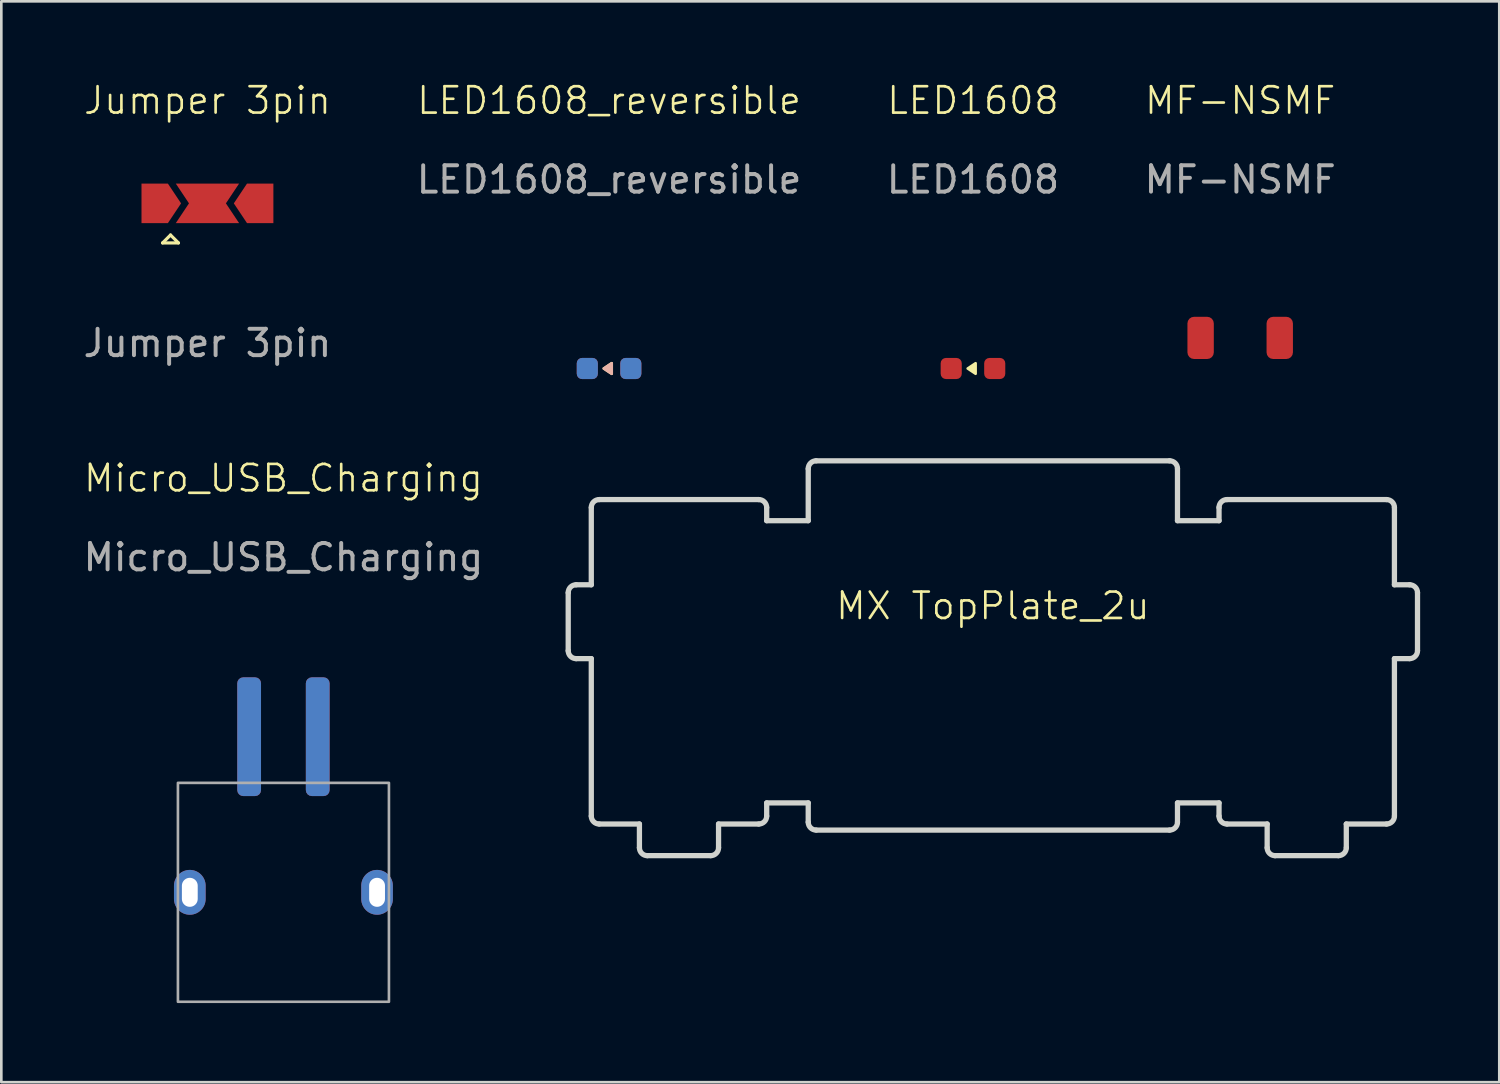
<source format=kicad_pcb>
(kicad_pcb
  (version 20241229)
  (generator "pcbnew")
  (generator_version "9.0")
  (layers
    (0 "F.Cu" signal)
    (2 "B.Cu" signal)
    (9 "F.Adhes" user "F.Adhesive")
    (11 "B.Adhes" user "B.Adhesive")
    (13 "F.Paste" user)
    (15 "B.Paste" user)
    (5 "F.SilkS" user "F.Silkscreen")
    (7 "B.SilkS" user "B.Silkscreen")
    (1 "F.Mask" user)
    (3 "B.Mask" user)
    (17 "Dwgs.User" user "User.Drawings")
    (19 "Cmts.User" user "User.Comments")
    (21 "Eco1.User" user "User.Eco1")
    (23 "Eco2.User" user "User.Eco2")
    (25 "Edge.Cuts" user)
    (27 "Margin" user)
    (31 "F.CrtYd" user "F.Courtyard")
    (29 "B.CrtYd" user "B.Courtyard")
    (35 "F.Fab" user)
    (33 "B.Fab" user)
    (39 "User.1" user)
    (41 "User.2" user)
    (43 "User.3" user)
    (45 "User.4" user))
  (footprint "LED1608"
    (layer "F.Cu")
    (at 33.839 10.921)
    (property "Reference" "LED1608" (at 0 -10.16 0) (unlocked yes) (layer "F.SilkS") (effects (font (size 1 1) (thickness 0.1))))
    (attr smd)
    (fp_poly (pts (xy 0.1 -0.2) (xy 0.1 0.2) (xy -0.2 0)) (stroke (width 0.1) (type solid)) (fill yes) (layer "F.SilkS"))
    (fp_text user "${REFERENCE}" (at 0 -7.16 0) (unlocked yes) (layer "F.Fab") (effects (font (size 1 1) (thickness 0.15))))
    (pad "1" smd roundrect (at -0.825 0) (size 0.8 0.8) (layers "F.Cu" "F.Mask" "F.Paste") (roundrect_rratio 0.25))
    (pad "2" smd roundrect (at 0.825 0) (size 0.8 0.8) (layers "F.Cu" "F.Mask" "F.Paste") (roundrect_rratio 0.25)))
  (footprint "LED1608_reversible"
    (layer "F.Cu")
    (at 20.042 10.921)
    (property "Reference" "LED1608_reversible" (at 0 -10.16 0) (unlocked yes) (layer "F.SilkS") (effects (font (size 1 1) (thickness 0.1))))
    (attr smd)
    (fp_poly (pts (xy 0.1 -0.2) (xy 0.1 0.2) (xy -0.2 0)) (stroke (width 0.1) (type solid)) (fill yes) (layer "F.SilkS"))
    (fp_poly (pts (xy 0.1 -0.2) (xy 0.1 0.2) (xy -0.2 0)) (stroke (width 0.1) (type solid)) (fill yes) (layer "B.SilkS"))
    (fp_text user "${REFERENCE}" (at 0 -7.16 0) (unlocked yes) (layer "F.Fab") (effects (font (size 1 1) (thickness 0.15))))
    (pad "1" smd roundrect (at -0.825 0) (size 0.8 0.8) (layers "F.Cu" "F.Mask" "F.Paste") (roundrect_rratio 0.25))
    (pad "1" smd roundrect (at -0.825 0) (size 0.8 0.8) (layers "B.Cu" "B.Mask" "B.Paste") (roundrect_rratio 0.25))
    (pad "2" smd roundrect (at 0.825 0) (size 0.8 0.8) (layers "F.Cu" "F.Mask" "F.Paste") (roundrect_rratio 0.25))
    (pad "2" smd roundrect (at 0.825 0) (size 0.8 0.8) (layers "B.Cu" "B.Mask" "B.Paste") (roundrect_rratio 0.25)))
  (footprint "MX TopPlate_2u"
    (layer "F.Cu")
    (at 34.593 21.421)
    (property "Reference" "MX TopPlate_2u" (at 0 -1.5 0) (unlocked yes) (layer "F.SilkS") (effects (font (size 1 1) (thickness 0.1))))
    (fp_line (start -16.1 0.2) (end -16.1 -2) (stroke (width 0.2) (type solid)) (layer "Edge.Cuts"))
    (fp_line (start -15.8 -2.3) (end -15.225 -2.3) (stroke (width 0.2) (type solid)) (layer "Edge.Cuts"))
    (fp_line (start -15.225 -2.3) (end -15.225 -5.23) (stroke (width 0.2) (type solid)) (layer "Edge.Cuts"))
    (fp_line (start -15.225 0.5) (end -15.8 0.5) (stroke (width 0.2) (type solid)) (layer "Edge.Cuts"))
    (fp_line (start -15.225 6.47) (end -15.225 0.5) (stroke (width 0.2) (type solid)) (layer "Edge.Cuts"))
    (fp_line (start -14.925 -5.53) (end -8.875 -5.53) (stroke (width 0.2) (type solid)) (layer "Edge.Cuts"))
    (fp_line (start -13.4 6.77) (end -14.925 6.77) (stroke (width 0.2) (type solid)) (layer "Edge.Cuts"))
    (fp_line (start -13.4 7.67) (end -13.4 6.77) (stroke (width 0.2) (type solid)) (layer "Edge.Cuts"))
    (fp_line (start -10.7 7.97) (end -13.1 7.97) (stroke (width 0.2) (type solid)) (layer "Edge.Cuts"))
    (fp_line (start -10.4 6.77) (end -10.4 7.67) (stroke (width 0.2) (type solid)) (layer "Edge.Cuts"))
    (fp_line (start -8.875 6.77) (end -10.4 6.77) (stroke (width 0.2) (type solid)) (layer "Edge.Cuts"))
    (fp_line (start -8.575 -5.23) (end -8.575 -4.73) (stroke (width 0.2) (type solid)) (layer "Edge.Cuts"))
    (fp_line (start -8.575 -4.73) (end -7 -4.73) (stroke (width 0.2) (type solid)) (layer "Edge.Cuts"))
    (fp_line (start -8.575 5.97) (end -8.575 6.47) (stroke (width 0.2) (type solid)) (layer "Edge.Cuts"))
    (fp_line (start -7 -4.73) (end -7 -6.7) (stroke (width 0.2) (type solid)) (layer "Edge.Cuts"))
    (fp_line (start -7 5.97) (end -8.575 5.97) (stroke (width 0.2) (type solid)) (layer "Edge.Cuts"))
    (fp_line (start -7 6.7) (end -7 5.97) (stroke (width 0.2) (type solid)) (layer "Edge.Cuts"))
    (fp_line (start -6.7 -7) (end 6.7 -7) (stroke (width 0.2) (type solid)) (layer "Edge.Cuts"))
    (fp_line (start 6.7 7) (end -6.7 7) (stroke (width 0.2) (type solid)) (layer "Edge.Cuts"))
    (fp_line (start 7 -6.7) (end 7 -4.73) (stroke (width 0.2) (type solid)) (layer "Edge.Cuts"))
    (fp_line (start 7 -4.73) (end 8.575 -4.73) (stroke (width 0.2) (type solid)) (layer "Edge.Cuts"))
    (fp_line (start 7 5.97) (end 7 6.7) (stroke (width 0.2) (type solid)) (layer "Edge.Cuts"))
    (fp_line (start 8.575 -4.73) (end 8.575 -5.23) (stroke (width 0.2) (type solid)) (layer "Edge.Cuts"))
    (fp_line (start 8.575 5.97) (end 7 5.97) (stroke (width 0.2) (type solid)) (layer "Edge.Cuts"))
    (fp_line (start 8.575 6.47) (end 8.575 5.97) (stroke (width 0.2) (type solid)) (layer "Edge.Cuts"))
    (fp_line (start 8.875 -5.53) (end 14.925 -5.53) (stroke (width 0.2) (type solid)) (layer "Edge.Cuts"))
    (fp_line (start 10.4 6.77) (end 8.875 6.77) (stroke (width 0.2) (type solid)) (layer "Edge.Cuts"))
    (fp_line (start 10.4 7.67) (end 10.4 6.77) (stroke (width 0.2) (type solid)) (layer "Edge.Cuts"))
    (fp_line (start 13.1 7.97) (end 10.7 7.97) (stroke (width 0.2) (type solid)) (layer "Edge.Cuts"))
    (fp_line (start 13.4 6.77) (end 13.4 7.67) (stroke (width 0.2) (type solid)) (layer "Edge.Cuts"))
    (fp_line (start 14.925 6.77) (end 13.4 6.77) (stroke (width 0.2) (type solid)) (layer "Edge.Cuts"))
    (fp_line (start 15.225 -5.23) (end 15.225 -2.3) (stroke (width 0.2) (type solid)) (layer "Edge.Cuts"))
    (fp_line (start 15.225 -2.3) (end 15.8 -2.3) (stroke (width 0.2) (type solid)) (layer "Edge.Cuts"))
    (fp_line (start 15.225 0.5) (end 15.225 6.47) (stroke (width 0.2) (type solid)) (layer "Edge.Cuts"))
    (fp_line (start 15.8 0.5) (end 15.225 0.5) (stroke (width 0.2) (type solid)) (layer "Edge.Cuts"))
    (fp_line (start 16.1 -2) (end 16.1 0.2) (stroke (width 0.2) (type solid)) (layer "Edge.Cuts"))
    (fp_arc (start -16.1 -2) (mid -16.012132 -2.212132) (end -15.8 -2.3) (stroke (width 0.2) (type solid)) (layer "Edge.Cuts"))
    (fp_arc (start -15.8 0.5) (mid -16.012132 0.412132) (end -16.1 0.2) (stroke (width 0.2) (type solid)) (layer "Edge.Cuts"))
    (fp_arc (start -15.225 -5.23) (mid -15.137132 -5.442132) (end -14.925 -5.53) (stroke (width 0.2) (type solid)) (layer "Edge.Cuts"))
    (fp_arc (start -14.925 6.77) (mid -15.137132 6.682132) (end -15.225 6.47) (stroke (width 0.2) (type solid)) (layer "Edge.Cuts"))
    (fp_arc (start -13.1 7.97) (mid -13.312132 7.882132) (end -13.4 7.67) (stroke (width 0.2) (type solid)) (layer "Edge.Cuts"))
    (fp_arc (start -10.4 7.67) (mid -10.487868 7.882132) (end -10.7 7.97) (stroke (width 0.2) (type solid)) (layer "Edge.Cuts"))
    (fp_arc (start -8.875 -5.53) (mid -8.662868 -5.442132) (end -8.575 -5.23) (stroke (width 0.2) (type solid)) (layer "Edge.Cuts"))
    (fp_arc (start -8.575 6.47) (mid -8.662868 6.682132) (end -8.875 6.77) (stroke (width 0.2) (type solid)) (layer "Edge.Cuts"))
    (fp_arc (start -7 -6.7) (mid -6.912132 -6.912132) (end -6.7 -7) (stroke (width 0.2) (type solid)) (layer "Edge.Cuts"))
    (fp_arc (start -6.7 7) (mid -6.912132 6.912132) (end -7 6.7) (stroke (width 0.2) (type solid)) (layer "Edge.Cuts"))
    (fp_arc (start 6.7 -7) (mid 6.912132 -6.912132) (end 7 -6.7) (stroke (width 0.2) (type solid)) (layer "Edge.Cuts"))
    (fp_arc (start 7 6.7) (mid 6.912132 6.912132) (end 6.7 7) (stroke (width 0.2) (type solid)) (layer "Edge.Cuts"))
    (fp_arc (start 8.575 -5.23) (mid 8.662868 -5.442132) (end 8.875 -5.53) (stroke (width 0.2) (type solid)) (layer "Edge.Cuts"))
    (fp_arc (start 8.875 6.77) (mid 8.662868 6.682132) (end 8.575 6.47) (stroke (width 0.2) (type solid)) (layer "Edge.Cuts"))
    (fp_arc (start 10.7 7.97) (mid 10.487868 7.882132) (end 10.4 7.67) (stroke (width 0.2) (type solid)) (layer "Edge.Cuts"))
    (fp_arc (start 13.4 7.67) (mid 13.312132 7.882132) (end 13.1 7.97) (stroke (width 0.2) (type solid)) (layer "Edge.Cuts"))
    (fp_arc (start 14.925 -5.53) (mid 15.137132 -5.442132) (end 15.225 -5.23) (stroke (width 0.2) (type solid)) (layer "Edge.Cuts"))
    (fp_arc (start 15.225 6.47) (mid 15.137132 6.682132) (end 14.925 6.77) (stroke (width 0.2) (type solid)) (layer "Edge.Cuts"))
    (fp_arc (start 15.8 -2.3) (mid 16.012132 -2.212132) (end 16.1 -2) (stroke (width 0.2) (type solid)) (layer "Edge.Cuts"))
    (fp_arc (start 16.1 0.2) (mid 16.012132 0.412132) (end 15.8 0.5) (stroke (width 0.2) (type solid)) (layer "Edge.Cuts")))
  (footprint "Micro_USB_Charging"
    (layer "F.Cu")
    (at 7.696 30.781)
    (property "Reference" "Micro_USB_Charging" (at 0 -15.7 0) (unlocked yes) (layer "F.SilkS") (effects (font (size 1 1) (thickness 0.1))))
    (attr through_hole)
    (fp_rect (start -4 4.15) (end 4 -4.15) (stroke (width 0.1) (type default)) (fill no) (layer "F.Fab"))
    (fp_text user "${REFERENCE}" (at 0 -12.7 0) (unlocked yes) (layer "F.Fab") (effects (font (size 1 1) (thickness 0.15))))
    (pad "" thru_hole oval (at -3.55 0) (size 1.2 1.7) (drill oval 0.6 1.1) (layers "*.Cu" "*.Mask"))
    (pad "" thru_hole oval (at 3.55 0) (size 1.2 1.7) (drill oval 0.6 1.1) (layers "*.Cu" "*.Mask"))
    (pad "1" smd roundrect (at -1.3 -5.9) (size 0.9 4.5) (layers "F.Cu" "F.Mask" "F.Paste") (roundrect_rratio 0.25))
    (pad "1" smd roundrect (at 1.3 -5.9) (size 0.9 4.5) (layers "B.Cu" "B.Mask" "B.Paste") (roundrect_rratio 0.25))
    (pad "2" smd roundrect (at -1.3 -5.9) (size 0.9 4.5) (layers "B.Cu" "B.Mask" "B.Paste") (roundrect_rratio 0.25))
    (pad "2" smd roundrect (at 1.3 -5.9) (size 0.9 4.5) (layers "F.Cu" "F.Mask" "F.Paste") (roundrect_rratio 0.25)))
  (footprint "MF-NSMF"
    (layer "F.Cu")
    (at 43.97 9.761)
    (property "Reference" "MF-NSMF" (at 0 -9 0) (unlocked yes) (layer "F.SilkS") (effects (font (size 1 1) (thickness 0.1))))
    (attr smd)
    (fp_text user "${REFERENCE}" (at 0 -6 0) (unlocked yes) (layer "F.Fab") (effects (font (size 1 1) (thickness 0.15))))
    (pad "1" smd roundrect (at -1.5 0) (size 1 1.6) (layers "F.Cu" "F.Mask" "F.Paste") (roundrect_rratio 0.25))
    (pad "2" smd roundrect (at 1.5 0) (size 1 1.6) (layers "F.Cu" "F.Mask" "F.Paste") (roundrect_rratio 0.25)))
  (footprint "Jumper 3pin"
    (layer "F.Cu")
    (at 4.815 4.66)
    (property "Reference" "Jumper 3pin" (at 0 -3.9 0) (unlocked yes) (layer "F.SilkS") (effects (font (size 1 1) (thickness 0.1))))
    (attr smd)
    (fp_line (start -1.7 1.5) (end -1.1 1.5) (stroke (width 0.12) (type solid)) (layer "F.SilkS"))
    (fp_line (start -1.4 1.2) (end -1.7 1.5) (stroke (width 0.12) (type solid)) (layer "F.SilkS"))
    (fp_line (start -1.1 1.5) (end -1.4 1.2) (stroke (width 0.12) (type solid)) (layer "F.SilkS"))
    (fp_text user "${REFERENCE}" (at 0 5.3 0) (unlocked yes) (layer "F.Fab") (effects (font (size 1 1) (thickness 0.15))))
    (pad "" smd rect (at 0 0) (size 3 1.5) (layers "F.Mask"))
    (pad "1" smd custom (at -2 0) (size 0.3 0.3) (layers "F.Cu" "F.Mask") (options (anchor rect)) (primitives (gr_poly (pts (xy 1 0) (xy 0.5 0.75) (xy -0.5 0.75) (xy -0.5 -0.75) (xy 0.5 -0.75)) (width 0) (fill yes))))
    (pad "2" smd custom (at 0 0) (size 0.3 0.3) (layers "F.Cu") (options (anchor rect)) (primitives (gr_poly (pts (xy 0.7 0) (xy 1.2 0.75) (xy -1.2 0.75) (xy -0.7 0) (xy -1.2 -0.75) (xy 1.2 -0.75)) (width 0) (fill yes))))
    (pad "3" smd custom (at 2 0 180) (size 0.3 0.3) (layers "F.Cu" "F.Mask") (options (anchor rect)) (primitives (gr_poly (pts (xy 1 0) (xy 0.5 0.75) (xy -0.5 0.75) (xy -0.5 -0.75) (xy 0.5 -0.75)) (width 0) (fill yes)))))
  (gr_rect
    (start -3 -3)
    (end 53.793 37.981)
    (stroke (width 0.1) (type default))
    (fill no)
    (layer "Edge.Cuts")))
</source>
